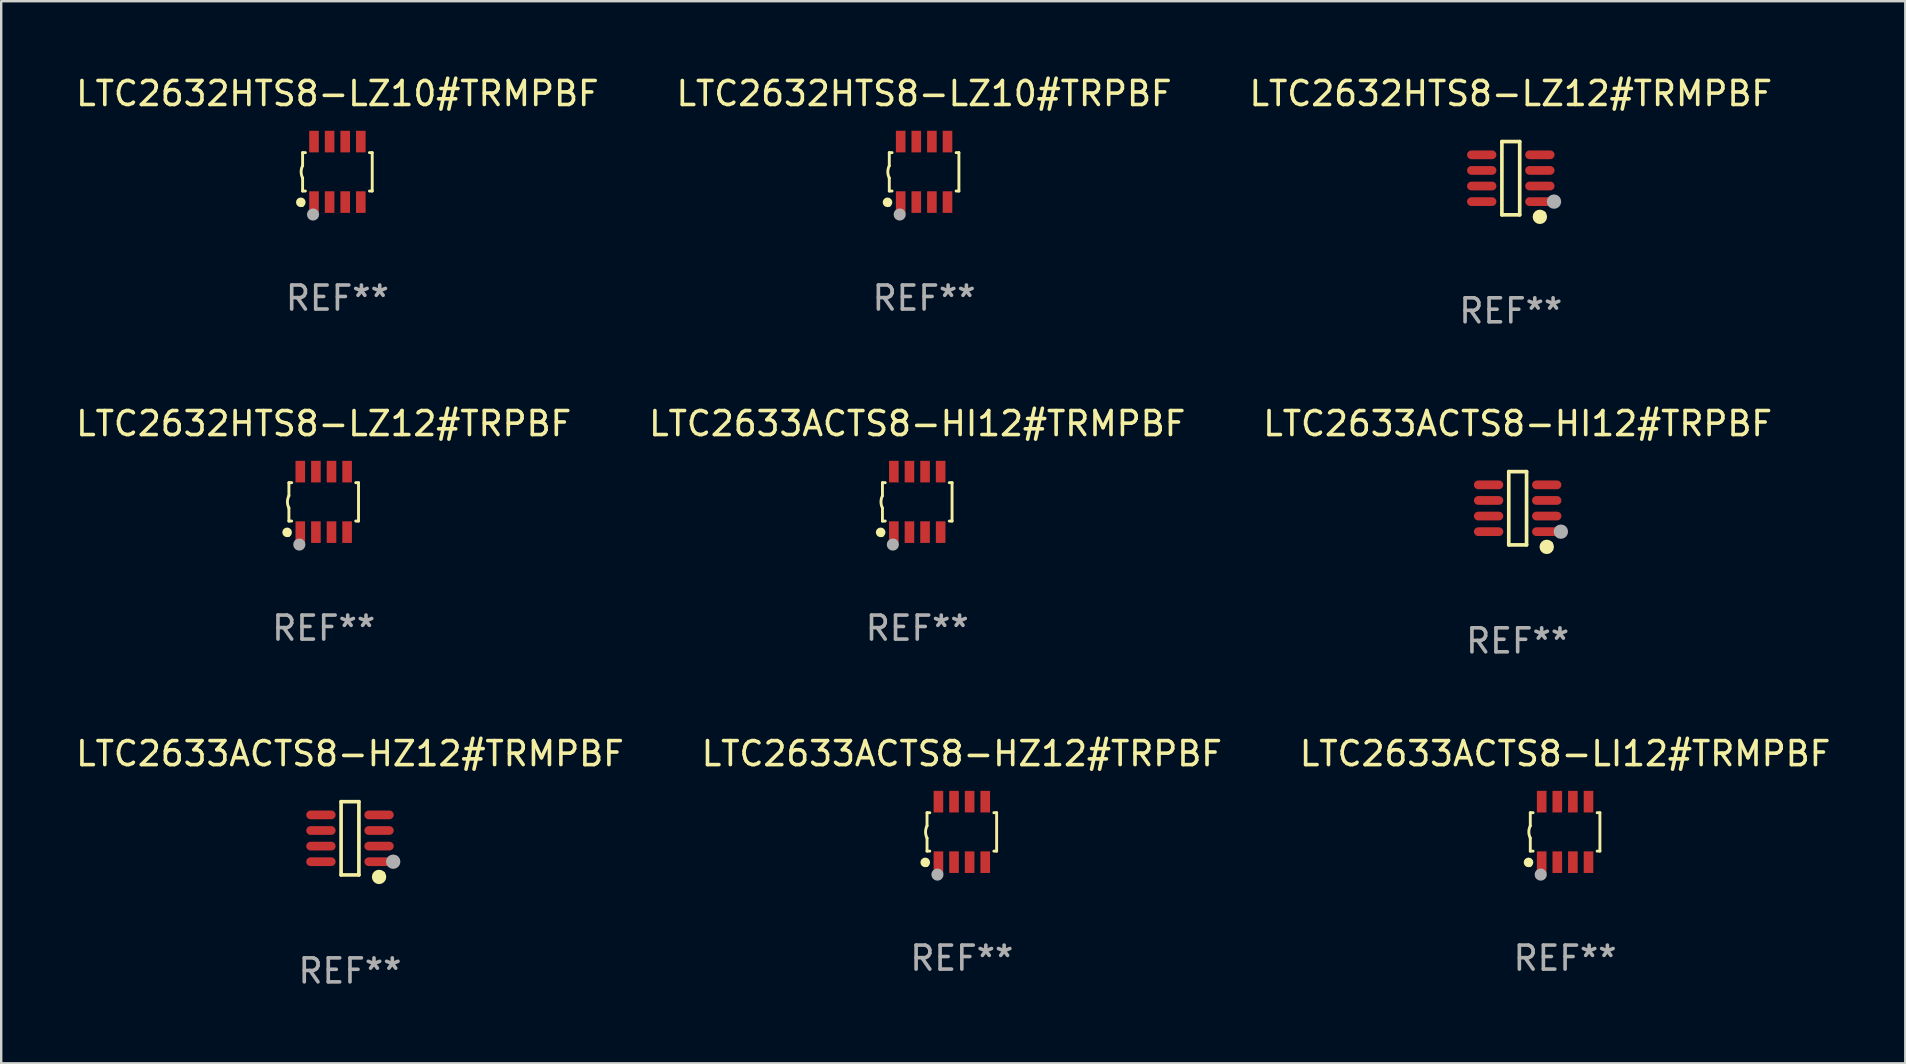
<source format=kicad_pcb>
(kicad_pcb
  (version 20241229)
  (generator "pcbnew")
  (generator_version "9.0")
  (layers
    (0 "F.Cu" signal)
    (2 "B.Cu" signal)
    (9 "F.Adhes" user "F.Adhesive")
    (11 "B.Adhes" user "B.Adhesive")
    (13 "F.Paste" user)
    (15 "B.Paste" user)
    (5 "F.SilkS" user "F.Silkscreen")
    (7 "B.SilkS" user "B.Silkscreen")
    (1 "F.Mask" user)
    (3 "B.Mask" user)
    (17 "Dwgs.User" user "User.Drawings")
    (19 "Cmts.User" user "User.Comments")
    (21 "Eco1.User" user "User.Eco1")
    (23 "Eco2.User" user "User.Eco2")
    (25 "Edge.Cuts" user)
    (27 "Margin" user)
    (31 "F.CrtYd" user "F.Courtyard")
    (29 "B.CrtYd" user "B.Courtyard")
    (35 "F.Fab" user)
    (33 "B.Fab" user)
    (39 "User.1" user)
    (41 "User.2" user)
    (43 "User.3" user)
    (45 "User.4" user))
  (footprint "LTC2633ACTS8-HI12#TRMPBF"
    (layer "F.Cu")
    (at 35.161 17.857)
    (property "Reference" "LTC2633ACTS8-HI12#TRMPBF" (at 0 -3.26 0) (layer "F.SilkS") (effects (font (size 1 1) (thickness 0.15))))
    (attr through_hole)
    (fp_line (start -1.45 -0.8) (end -1.45 -0.254) (stroke (width 0.12) (type solid)) (layer "F.SilkS"))
    (fp_line (start -1.45 -0.8) (end -1.334 -0.8) (stroke (width 0.12) (type solid)) (layer "F.SilkS"))
    (fp_line (start -1.45 0.8) (end -1.45 0.254) (stroke (width 0.12) (type solid)) (layer "F.SilkS"))
    (fp_line (start -1.45 0.8) (end -1.334 0.8) (stroke (width 0.12) (type solid)) (layer "F.SilkS"))
    (fp_line (start 1.334 -0.8) (end 1.45 -0.8) (stroke (width 0.12) (type solid)) (layer "F.SilkS"))
    (fp_line (start 1.334 0.8) (end 1.45 0.8) (stroke (width 0.12) (type solid)) (layer "F.SilkS"))
    (fp_line (start 1.45 0.8) (end 1.45 -0.8) (stroke (width 0.12) (type solid)) (layer "F.SilkS"))
    (fp_arc (start -1.45075 0.255144) (mid -1.510605 0.000434) (end -1.450013 -0.254102) (stroke (width 0.11999) (type solid)) (layer "F.SilkS"))
    (fp_circle (center -1.524 1.27) (end -1.424 1.27) (stroke (width 0.2) (type solid)) (fill no) (layer "F.SilkS"))
    (fp_circle (center -1.45 1.4) (end -1.42 1.4) (stroke (width 0.06) (type solid)) (fill no) (layer "F.SilkS"))
    (fp_circle (center -1.016 1.778) (end -0.889 1.778) (stroke (width 0.254) (type solid)) (fill no) (layer "F.Fab"))
    (fp_text user "REF**" (at 0 5.26 0) (layer "F.Fab") (effects (font (size 1 1) (thickness 0.15))))
    (pad "1" smd rect (at -0.975 1.26) (size 0.4 0.9) (layers "F.Cu" "F.Mask" "F.Paste"))
    (pad "2" smd rect (at -0.325 1.26) (size 0.4 0.9) (layers "F.Cu" "F.Mask" "F.Paste"))
    (pad "3" smd rect (at 0.325 1.26) (size 0.4 0.9) (layers "F.Cu" "F.Mask" "F.Paste"))
    (pad "4" smd rect (at 0.975 1.26) (size 0.4 0.9) (layers "F.Cu" "F.Mask" "F.Paste"))
    (pad "5" smd rect (at 0.975 -1.26) (size 0.4 0.9) (layers "F.Cu" "F.Mask" "F.Paste"))
    (pad "6" smd rect (at 0.325 -1.26) (size 0.4 0.9) (layers "F.Cu" "F.Mask" "F.Paste"))
    (pad "7" smd rect (at -0.325 -1.26) (size 0.4 0.9) (layers "F.Cu" "F.Mask" "F.Paste"))
    (pad "8" smd rect (at -0.975 -1.26) (size 0.4 0.9) (layers "F.Cu" "F.Mask" "F.Paste")))
  (footprint "LTC2632HTS8-LZ12#TRPBF"
    (layer "F.Cu")
    (at 10.435 17.857)
    (property "Reference" "LTC2632HTS8-LZ12#TRPBF" (at 0 -3.26 0) (layer "F.SilkS") (effects (font (size 1 1) (thickness 0.15))))
    (attr through_hole)
    (fp_line (start -1.45 -0.8) (end -1.45 -0.254) (stroke (width 0.12) (type solid)) (layer "F.SilkS"))
    (fp_line (start -1.45 -0.8) (end -1.334 -0.8) (stroke (width 0.12) (type solid)) (layer "F.SilkS"))
    (fp_line (start -1.45 0.8) (end -1.45 0.254) (stroke (width 0.12) (type solid)) (layer "F.SilkS"))
    (fp_line (start -1.45 0.8) (end -1.334 0.8) (stroke (width 0.12) (type solid)) (layer "F.SilkS"))
    (fp_line (start 1.334 -0.8) (end 1.45 -0.8) (stroke (width 0.12) (type solid)) (layer "F.SilkS"))
    (fp_line (start 1.334 0.8) (end 1.45 0.8) (stroke (width 0.12) (type solid)) (layer "F.SilkS"))
    (fp_line (start 1.45 0.8) (end 1.45 -0.8) (stroke (width 0.12) (type solid)) (layer "F.SilkS"))
    (fp_arc (start -1.45075 0.255144) (mid -1.510605 0.000434) (end -1.450013 -0.254102) (stroke (width 0.11999) (type solid)) (layer "F.SilkS"))
    (fp_circle (center -1.524 1.27) (end -1.424 1.27) (stroke (width 0.2) (type solid)) (fill no) (layer "F.SilkS"))
    (fp_circle (center -1.45 1.4) (end -1.42 1.4) (stroke (width 0.06) (type solid)) (fill no) (layer "F.SilkS"))
    (fp_circle (center -1.016 1.778) (end -0.889 1.778) (stroke (width 0.254) (type solid)) (fill no) (layer "F.Fab"))
    (fp_text user "REF**" (at 0 5.26 0) (layer "F.Fab") (effects (font (size 1 1) (thickness 0.15))))
    (pad "1" smd rect (at -0.975 1.26) (size 0.4 0.9) (layers "F.Cu" "F.Mask" "F.Paste"))
    (pad "2" smd rect (at -0.325 1.26) (size 0.4 0.9) (layers "F.Cu" "F.Mask" "F.Paste"))
    (pad "3" smd rect (at 0.325 1.26) (size 0.4 0.9) (layers "F.Cu" "F.Mask" "F.Paste"))
    (pad "4" smd rect (at 0.975 1.26) (size 0.4 0.9) (layers "F.Cu" "F.Mask" "F.Paste"))
    (pad "5" smd rect (at 0.975 -1.26) (size 0.4 0.9) (layers "F.Cu" "F.Mask" "F.Paste"))
    (pad "6" smd rect (at 0.325 -1.26) (size 0.4 0.9) (layers "F.Cu" "F.Mask" "F.Paste"))
    (pad "7" smd rect (at -0.325 -1.26) (size 0.4 0.9) (layers "F.Cu" "F.Mask" "F.Paste"))
    (pad "8" smd rect (at -0.975 -1.26) (size 0.4 0.9) (layers "F.Cu" "F.Mask" "F.Paste")))
  (footprint "LTC2632HTS8-LZ10#TRMPBF"
    (layer "F.Cu")
    (at 11.006 4.108)
    (property "Reference" "LTC2632HTS8-LZ10#TRMPBF" (at 0 -3.26 0) (layer "F.SilkS") (effects (font (size 1 1) (thickness 0.15))))
    (attr through_hole)
    (fp_line (start -1.45 -0.8) (end -1.45 -0.254) (stroke (width 0.12) (type solid)) (layer "F.SilkS"))
    (fp_line (start -1.45 -0.8) (end -1.334 -0.8) (stroke (width 0.12) (type solid)) (layer "F.SilkS"))
    (fp_line (start -1.45 0.8) (end -1.45 0.254) (stroke (width 0.12) (type solid)) (layer "F.SilkS"))
    (fp_line (start -1.45 0.8) (end -1.334 0.8) (stroke (width 0.12) (type solid)) (layer "F.SilkS"))
    (fp_line (start 1.334 -0.8) (end 1.45 -0.8) (stroke (width 0.12) (type solid)) (layer "F.SilkS"))
    (fp_line (start 1.334 0.8) (end 1.45 0.8) (stroke (width 0.12) (type solid)) (layer "F.SilkS"))
    (fp_line (start 1.45 0.8) (end 1.45 -0.8) (stroke (width 0.12) (type solid)) (layer "F.SilkS"))
    (fp_arc (start -1.45075 0.255144) (mid -1.510605 0.000434) (end -1.450013 -0.254102) (stroke (width 0.11999) (type solid)) (layer "F.SilkS"))
    (fp_circle (center -1.524 1.27) (end -1.424 1.27) (stroke (width 0.2) (type solid)) (fill no) (layer "F.SilkS"))
    (fp_circle (center -1.45 1.4) (end -1.42 1.4) (stroke (width 0.06) (type solid)) (fill no) (layer "F.SilkS"))
    (fp_circle (center -1.016 1.778) (end -0.889 1.778) (stroke (width 0.254) (type solid)) (fill no) (layer "F.Fab"))
    (fp_text user "REF**" (at 0 5.26 0) (layer "F.Fab") (effects (font (size 1 1) (thickness 0.15))))
    (pad "1" smd rect (at -0.975 1.26) (size 0.4 0.9) (layers "F.Cu" "F.Mask" "F.Paste"))
    (pad "2" smd rect (at -0.325 1.26) (size 0.4 0.9) (layers "F.Cu" "F.Mask" "F.Paste"))
    (pad "3" smd rect (at 0.325 1.26) (size 0.4 0.9) (layers "F.Cu" "F.Mask" "F.Paste"))
    (pad "4" smd rect (at 0.975 1.26) (size 0.4 0.9) (layers "F.Cu" "F.Mask" "F.Paste"))
    (pad "5" smd rect (at 0.975 -1.26) (size 0.4 0.9) (layers "F.Cu" "F.Mask" "F.Paste"))
    (pad "6" smd rect (at 0.325 -1.26) (size 0.4 0.9) (layers "F.Cu" "F.Mask" "F.Paste"))
    (pad "7" smd rect (at -0.325 -1.26) (size 0.4 0.9) (layers "F.Cu" "F.Mask" "F.Paste"))
    (pad "8" smd rect (at -0.975 -1.26) (size 0.4 0.9) (layers "F.Cu" "F.Mask" "F.Paste")))
  (footprint "LTC2632HTS8-LZ10#TRPBF"
    (layer "F.Cu")
    (at 35.446 4.108)
    (property "Reference" "LTC2632HTS8-LZ10#TRPBF" (at 0 -3.26 0) (layer "F.SilkS") (effects (font (size 1 1) (thickness 0.15))))
    (attr through_hole)
    (fp_line (start -1.45 -0.8) (end -1.45 -0.254) (stroke (width 0.12) (type solid)) (layer "F.SilkS"))
    (fp_line (start -1.45 -0.8) (end -1.334 -0.8) (stroke (width 0.12) (type solid)) (layer "F.SilkS"))
    (fp_line (start -1.45 0.8) (end -1.45 0.254) (stroke (width 0.12) (type solid)) (layer "F.SilkS"))
    (fp_line (start -1.45 0.8) (end -1.334 0.8) (stroke (width 0.12) (type solid)) (layer "F.SilkS"))
    (fp_line (start 1.334 -0.8) (end 1.45 -0.8) (stroke (width 0.12) (type solid)) (layer "F.SilkS"))
    (fp_line (start 1.334 0.8) (end 1.45 0.8) (stroke (width 0.12) (type solid)) (layer "F.SilkS"))
    (fp_line (start 1.45 0.8) (end 1.45 -0.8) (stroke (width 0.12) (type solid)) (layer "F.SilkS"))
    (fp_arc (start -1.45075 0.255144) (mid -1.510605 0.000434) (end -1.450013 -0.254102) (stroke (width 0.11999) (type solid)) (layer "F.SilkS"))
    (fp_circle (center -1.524 1.27) (end -1.424 1.27) (stroke (width 0.2) (type solid)) (fill no) (layer "F.SilkS"))
    (fp_circle (center -1.45 1.4) (end -1.42 1.4) (stroke (width 0.06) (type solid)) (fill no) (layer "F.SilkS"))
    (fp_circle (center -1.016 1.778) (end -0.889 1.778) (stroke (width 0.254) (type solid)) (fill no) (layer "F.Fab"))
    (fp_text user "REF**" (at 0 5.26 0) (layer "F.Fab") (effects (font (size 1 1) (thickness 0.15))))
    (pad "1" smd rect (at -0.975 1.26) (size 0.4 0.9) (layers "F.Cu" "F.Mask" "F.Paste"))
    (pad "2" smd rect (at -0.325 1.26) (size 0.4 0.9) (layers "F.Cu" "F.Mask" "F.Paste"))
    (pad "3" smd rect (at 0.325 1.26) (size 0.4 0.9) (layers "F.Cu" "F.Mask" "F.Paste"))
    (pad "4" smd rect (at 0.975 1.26) (size 0.4 0.9) (layers "F.Cu" "F.Mask" "F.Paste"))
    (pad "5" smd rect (at 0.975 -1.26) (size 0.4 0.9) (layers "F.Cu" "F.Mask" "F.Paste"))
    (pad "6" smd rect (at 0.325 -1.26) (size 0.4 0.9) (layers "F.Cu" "F.Mask" "F.Paste"))
    (pad "7" smd rect (at -0.325 -1.26) (size 0.4 0.9) (layers "F.Cu" "F.Mask" "F.Paste"))
    (pad "8" smd rect (at -0.975 -1.26) (size 0.4 0.9) (layers "F.Cu" "F.Mask" "F.Paste")))
  (footprint "LTC2632HTS8-LZ12#TRMPBF"
    (layer "F.Cu")
    (at 59.887 4.374)
    (property "Reference" "LTC2632HTS8-LZ12#TRMPBF" (at 0 -3.526 0) (layer "F.SilkS") (effects (font (size 1 1) (thickness 0.15))))
    (attr through_hole)
    (fp_line (start -0.371 -1.526) (end 0.371 -1.526) (stroke (width 0.152) (type solid)) (layer "F.SilkS"))
    (fp_line (start -0.371 1.526) (end -0.371 -1.526) (stroke (width 0.152) (type solid)) (layer "F.SilkS"))
    (fp_line (start 0.371 -1.526) (end 0.371 1.526) (stroke (width 0.152) (type solid)) (layer "F.SilkS"))
    (fp_line (start 0.371 1.526) (end -0.371 1.526) (stroke (width 0.152) (type solid)) (layer "F.SilkS"))
    (fp_circle (center 1.211 1.609) (end 1.361 1.609) (stroke (width 0.3) (type solid)) (fill no) (layer "F.SilkS"))
    (fp_circle (center 1.4 1.45) (end 1.43 1.45) (stroke (width 0.06) (type solid)) (fill no) (layer "F.SilkS"))
    (fp_circle (center 1.8 0.975) (end 1.95 0.975) (stroke (width 0.3) (type solid)) (fill no) (layer "F.Fab"))
    (fp_text user "REF**" (at 0 5.526 0) (layer "F.Fab") (effects (font (size 1 1) (thickness 0.15))))
    (pad "1" smd oval (at 1.211 0.975) (size 1.222 0.364) (layers "F.Cu" "F.Mask" "F.Paste"))
    (pad "2" smd oval (at 1.211 0.325) (size 1.222 0.364) (layers "F.Cu" "F.Mask" "F.Paste"))
    (pad "3" smd oval (at 1.211 -0.325) (size 1.222 0.364) (layers "F.Cu" "F.Mask" "F.Paste"))
    (pad "4" smd oval (at 1.211 -0.975) (size 1.222 0.364) (layers "F.Cu" "F.Mask" "F.Paste"))
    (pad "5" smd oval (at -1.211 -0.975) (size 1.222 0.364) (layers "F.Cu" "F.Mask" "F.Paste"))
    (pad "6" smd oval (at -1.211 -0.325) (size 1.222 0.364) (layers "F.Cu" "F.Mask" "F.Paste"))
    (pad "7" smd oval (at -1.211 0.325) (size 1.222 0.364) (layers "F.Cu" "F.Mask" "F.Paste"))
    (pad "8" smd oval (at -1.211 0.975) (size 1.222 0.364) (layers "F.Cu" "F.Mask" "F.Paste")))
  (footprint "LTC2633ACTS8-LI12#TRMPBF"
    (layer "F.Cu")
    (at 62.149 31.606)
    (property "Reference" "LTC2633ACTS8-LI12#TRMPBF" (at 0 -3.26 0) (layer "F.SilkS") (effects (font (size 1 1) (thickness 0.15))))
    (attr through_hole)
    (fp_line (start -1.45 -0.8) (end -1.45 -0.254) (stroke (width 0.12) (type solid)) (layer "F.SilkS"))
    (fp_line (start -1.45 -0.8) (end -1.334 -0.8) (stroke (width 0.12) (type solid)) (layer "F.SilkS"))
    (fp_line (start -1.45 0.8) (end -1.45 0.254) (stroke (width 0.12) (type solid)) (layer "F.SilkS"))
    (fp_line (start -1.45 0.8) (end -1.334 0.8) (stroke (width 0.12) (type solid)) (layer "F.SilkS"))
    (fp_line (start 1.334 -0.8) (end 1.45 -0.8) (stroke (width 0.12) (type solid)) (layer "F.SilkS"))
    (fp_line (start 1.334 0.8) (end 1.45 0.8) (stroke (width 0.12) (type solid)) (layer "F.SilkS"))
    (fp_line (start 1.45 0.8) (end 1.45 -0.8) (stroke (width 0.12) (type solid)) (layer "F.SilkS"))
    (fp_arc (start -1.45075 0.255144) (mid -1.510605 0.000434) (end -1.450013 -0.254102) (stroke (width 0.11999) (type solid)) (layer "F.SilkS"))
    (fp_circle (center -1.524 1.27) (end -1.424 1.27) (stroke (width 0.2) (type solid)) (fill no) (layer "F.SilkS"))
    (fp_circle (center -1.45 1.4) (end -1.42 1.4) (stroke (width 0.06) (type solid)) (fill no) (layer "F.SilkS"))
    (fp_circle (center -1.016 1.778) (end -0.889 1.778) (stroke (width 0.254) (type solid)) (fill no) (layer "F.Fab"))
    (fp_text user "REF**" (at 0 5.26 0) (layer "F.Fab") (effects (font (size 1 1) (thickness 0.15))))
    (pad "1" smd rect (at -0.975 1.26) (size 0.4 0.9) (layers "F.Cu" "F.Mask" "F.Paste"))
    (pad "2" smd rect (at -0.325 1.26) (size 0.4 0.9) (layers "F.Cu" "F.Mask" "F.Paste"))
    (pad "3" smd rect (at 0.325 1.26) (size 0.4 0.9) (layers "F.Cu" "F.Mask" "F.Paste"))
    (pad "4" smd rect (at 0.975 1.26) (size 0.4 0.9) (layers "F.Cu" "F.Mask" "F.Paste"))
    (pad "5" smd rect (at 0.975 -1.26) (size 0.4 0.9) (layers "F.Cu" "F.Mask" "F.Paste"))
    (pad "6" smd rect (at 0.325 -1.26) (size 0.4 0.9) (layers "F.Cu" "F.Mask" "F.Paste"))
    (pad "7" smd rect (at -0.325 -1.26) (size 0.4 0.9) (layers "F.Cu" "F.Mask" "F.Paste"))
    (pad "8" smd rect (at -0.975 -1.26) (size 0.4 0.9) (layers "F.Cu" "F.Mask" "F.Paste")))
  (footprint "LTC2633ACTS8-HZ12#TRPBF"
    (layer "F.Cu")
    (at 37.018 31.606)
    (property "Reference" "LTC2633ACTS8-HZ12#TRPBF" (at 0 -3.26 0) (layer "F.SilkS") (effects (font (size 1 1) (thickness 0.15))))
    (attr through_hole)
    (fp_line (start -1.45 -0.8) (end -1.45 -0.254) (stroke (width 0.12) (type solid)) (layer "F.SilkS"))
    (fp_line (start -1.45 -0.8) (end -1.334 -0.8) (stroke (width 0.12) (type solid)) (layer "F.SilkS"))
    (fp_line (start -1.45 0.8) (end -1.45 0.254) (stroke (width 0.12) (type solid)) (layer "F.SilkS"))
    (fp_line (start -1.45 0.8) (end -1.334 0.8) (stroke (width 0.12) (type solid)) (layer "F.SilkS"))
    (fp_line (start 1.334 -0.8) (end 1.45 -0.8) (stroke (width 0.12) (type solid)) (layer "F.SilkS"))
    (fp_line (start 1.334 0.8) (end 1.45 0.8) (stroke (width 0.12) (type solid)) (layer "F.SilkS"))
    (fp_line (start 1.45 0.8) (end 1.45 -0.8) (stroke (width 0.12) (type solid)) (layer "F.SilkS"))
    (fp_arc (start -1.45075 0.255144) (mid -1.510605 0.000434) (end -1.450013 -0.254102) (stroke (width 0.11999) (type solid)) (layer "F.SilkS"))
    (fp_circle (center -1.524 1.27) (end -1.424 1.27) (stroke (width 0.2) (type solid)) (fill no) (layer "F.SilkS"))
    (fp_circle (center -1.45 1.4) (end -1.42 1.4) (stroke (width 0.06) (type solid)) (fill no) (layer "F.SilkS"))
    (fp_circle (center -1.016 1.778) (end -0.889 1.778) (stroke (width 0.254) (type solid)) (fill no) (layer "F.Fab"))
    (fp_text user "REF**" (at 0 5.26 0) (layer "F.Fab") (effects (font (size 1 1) (thickness 0.15))))
    (pad "1" smd rect (at -0.975 1.26) (size 0.4 0.9) (layers "F.Cu" "F.Mask" "F.Paste"))
    (pad "2" smd rect (at -0.325 1.26) (size 0.4 0.9) (layers "F.Cu" "F.Mask" "F.Paste"))
    (pad "3" smd rect (at 0.325 1.26) (size 0.4 0.9) (layers "F.Cu" "F.Mask" "F.Paste"))
    (pad "4" smd rect (at 0.975 1.26) (size 0.4 0.9) (layers "F.Cu" "F.Mask" "F.Paste"))
    (pad "5" smd rect (at 0.975 -1.26) (size 0.4 0.9) (layers "F.Cu" "F.Mask" "F.Paste"))
    (pad "6" smd rect (at 0.325 -1.26) (size 0.4 0.9) (layers "F.Cu" "F.Mask" "F.Paste"))
    (pad "7" smd rect (at -0.325 -1.26) (size 0.4 0.9) (layers "F.Cu" "F.Mask" "F.Paste"))
    (pad "8" smd rect (at -0.975 -1.26) (size 0.4 0.9) (layers "F.Cu" "F.Mask" "F.Paste")))
  (footprint "LTC2633ACTS8-HI12#TRPBF"
    (layer "F.Cu")
    (at 60.173 18.123)
    (property "Reference" "LTC2633ACTS8-HI12#TRPBF" (at 0 -3.526 0) (layer "F.SilkS") (effects (font (size 1 1) (thickness 0.15))))
    (attr through_hole)
    (fp_line (start -0.371 -1.526) (end 0.371 -1.526) (stroke (width 0.152) (type solid)) (layer "F.SilkS"))
    (fp_line (start -0.371 1.526) (end -0.371 -1.526) (stroke (width 0.152) (type solid)) (layer "F.SilkS"))
    (fp_line (start 0.371 -1.526) (end 0.371 1.526) (stroke (width 0.152) (type solid)) (layer "F.SilkS"))
    (fp_line (start 0.371 1.526) (end -0.371 1.526) (stroke (width 0.152) (type solid)) (layer "F.SilkS"))
    (fp_circle (center 1.211 1.609) (end 1.361 1.609) (stroke (width 0.3) (type solid)) (fill no) (layer "F.SilkS"))
    (fp_circle (center 1.4 1.45) (end 1.43 1.45) (stroke (width 0.06) (type solid)) (fill no) (layer "F.SilkS"))
    (fp_circle (center 1.8 0.975) (end 1.95 0.975) (stroke (width 0.3) (type solid)) (fill no) (layer "F.Fab"))
    (fp_text user "REF**" (at 0 5.526 0) (layer "F.Fab") (effects (font (size 1 1) (thickness 0.15))))
    (pad "1" smd oval (at 1.211 0.975) (size 1.222 0.364) (layers "F.Cu" "F.Mask" "F.Paste"))
    (pad "2" smd oval (at 1.211 0.325) (size 1.222 0.364) (layers "F.Cu" "F.Mask" "F.Paste"))
    (pad "3" smd oval (at 1.211 -0.325) (size 1.222 0.364) (layers "F.Cu" "F.Mask" "F.Paste"))
    (pad "4" smd oval (at 1.211 -0.975) (size 1.222 0.364) (layers "F.Cu" "F.Mask" "F.Paste"))
    (pad "5" smd oval (at -1.211 -0.975) (size 1.222 0.364) (layers "F.Cu" "F.Mask" "F.Paste"))
    (pad "6" smd oval (at -1.211 -0.325) (size 1.222 0.364) (layers "F.Cu" "F.Mask" "F.Paste"))
    (pad "7" smd oval (at -1.211 0.325) (size 1.222 0.364) (layers "F.Cu" "F.Mask" "F.Paste"))
    (pad "8" smd oval (at -1.211 0.975) (size 1.222 0.364) (layers "F.Cu" "F.Mask" "F.Paste")))
  (footprint "LTC2633ACTS8-HZ12#TRMPBF"
    (layer "F.Cu")
    (at 11.53 31.872)
    (property "Reference" "LTC2633ACTS8-HZ12#TRMPBF" (at 0 -3.526 0) (layer "F.SilkS") (effects (font (size 1 1) (thickness 0.15))))
    (attr through_hole)
    (fp_line (start -0.371 -1.526) (end 0.371 -1.526) (stroke (width 0.152) (type solid)) (layer "F.SilkS"))
    (fp_line (start -0.371 1.526) (end -0.371 -1.526) (stroke (width 0.152) (type solid)) (layer "F.SilkS"))
    (fp_line (start 0.371 -1.526) (end 0.371 1.526) (stroke (width 0.152) (type solid)) (layer "F.SilkS"))
    (fp_line (start 0.371 1.526) (end -0.371 1.526) (stroke (width 0.152) (type solid)) (layer "F.SilkS"))
    (fp_circle (center 1.211 1.609) (end 1.361 1.609) (stroke (width 0.3) (type solid)) (fill no) (layer "F.SilkS"))
    (fp_circle (center 1.4 1.45) (end 1.43 1.45) (stroke (width 0.06) (type solid)) (fill no) (layer "F.SilkS"))
    (fp_circle (center 1.8 0.975) (end 1.95 0.975) (stroke (width 0.3) (type solid)) (fill no) (layer "F.Fab"))
    (fp_text user "REF**" (at 0 5.526 0) (layer "F.Fab") (effects (font (size 1 1) (thickness 0.15))))
    (pad "1" smd oval (at 1.211 0.975) (size 1.222 0.364) (layers "F.Cu" "F.Mask" "F.Paste"))
    (pad "2" smd oval (at 1.211 0.325) (size 1.222 0.364) (layers "F.Cu" "F.Mask" "F.Paste"))
    (pad "3" smd oval (at 1.211 -0.325) (size 1.222 0.364) (layers "F.Cu" "F.Mask" "F.Paste"))
    (pad "4" smd oval (at 1.211 -0.975) (size 1.222 0.364) (layers "F.Cu" "F.Mask" "F.Paste"))
    (pad "5" smd oval (at -1.211 -0.975) (size 1.222 0.364) (layers "F.Cu" "F.Mask" "F.Paste"))
    (pad "6" smd oval (at -1.211 -0.325) (size 1.222 0.364) (layers "F.Cu" "F.Mask" "F.Paste"))
    (pad "7" smd oval (at -1.211 0.325) (size 1.222 0.364) (layers "F.Cu" "F.Mask" "F.Paste"))
    (pad "8" smd oval (at -1.211 0.975) (size 1.222 0.364) (layers "F.Cu" "F.Mask" "F.Paste")))
  (gr_rect
    (start -3 -3)
    (end 76.321 41.247)
    (stroke (width 0.1) (type default))
    (fill no)
    (layer "Edge.Cuts")))
</source>
